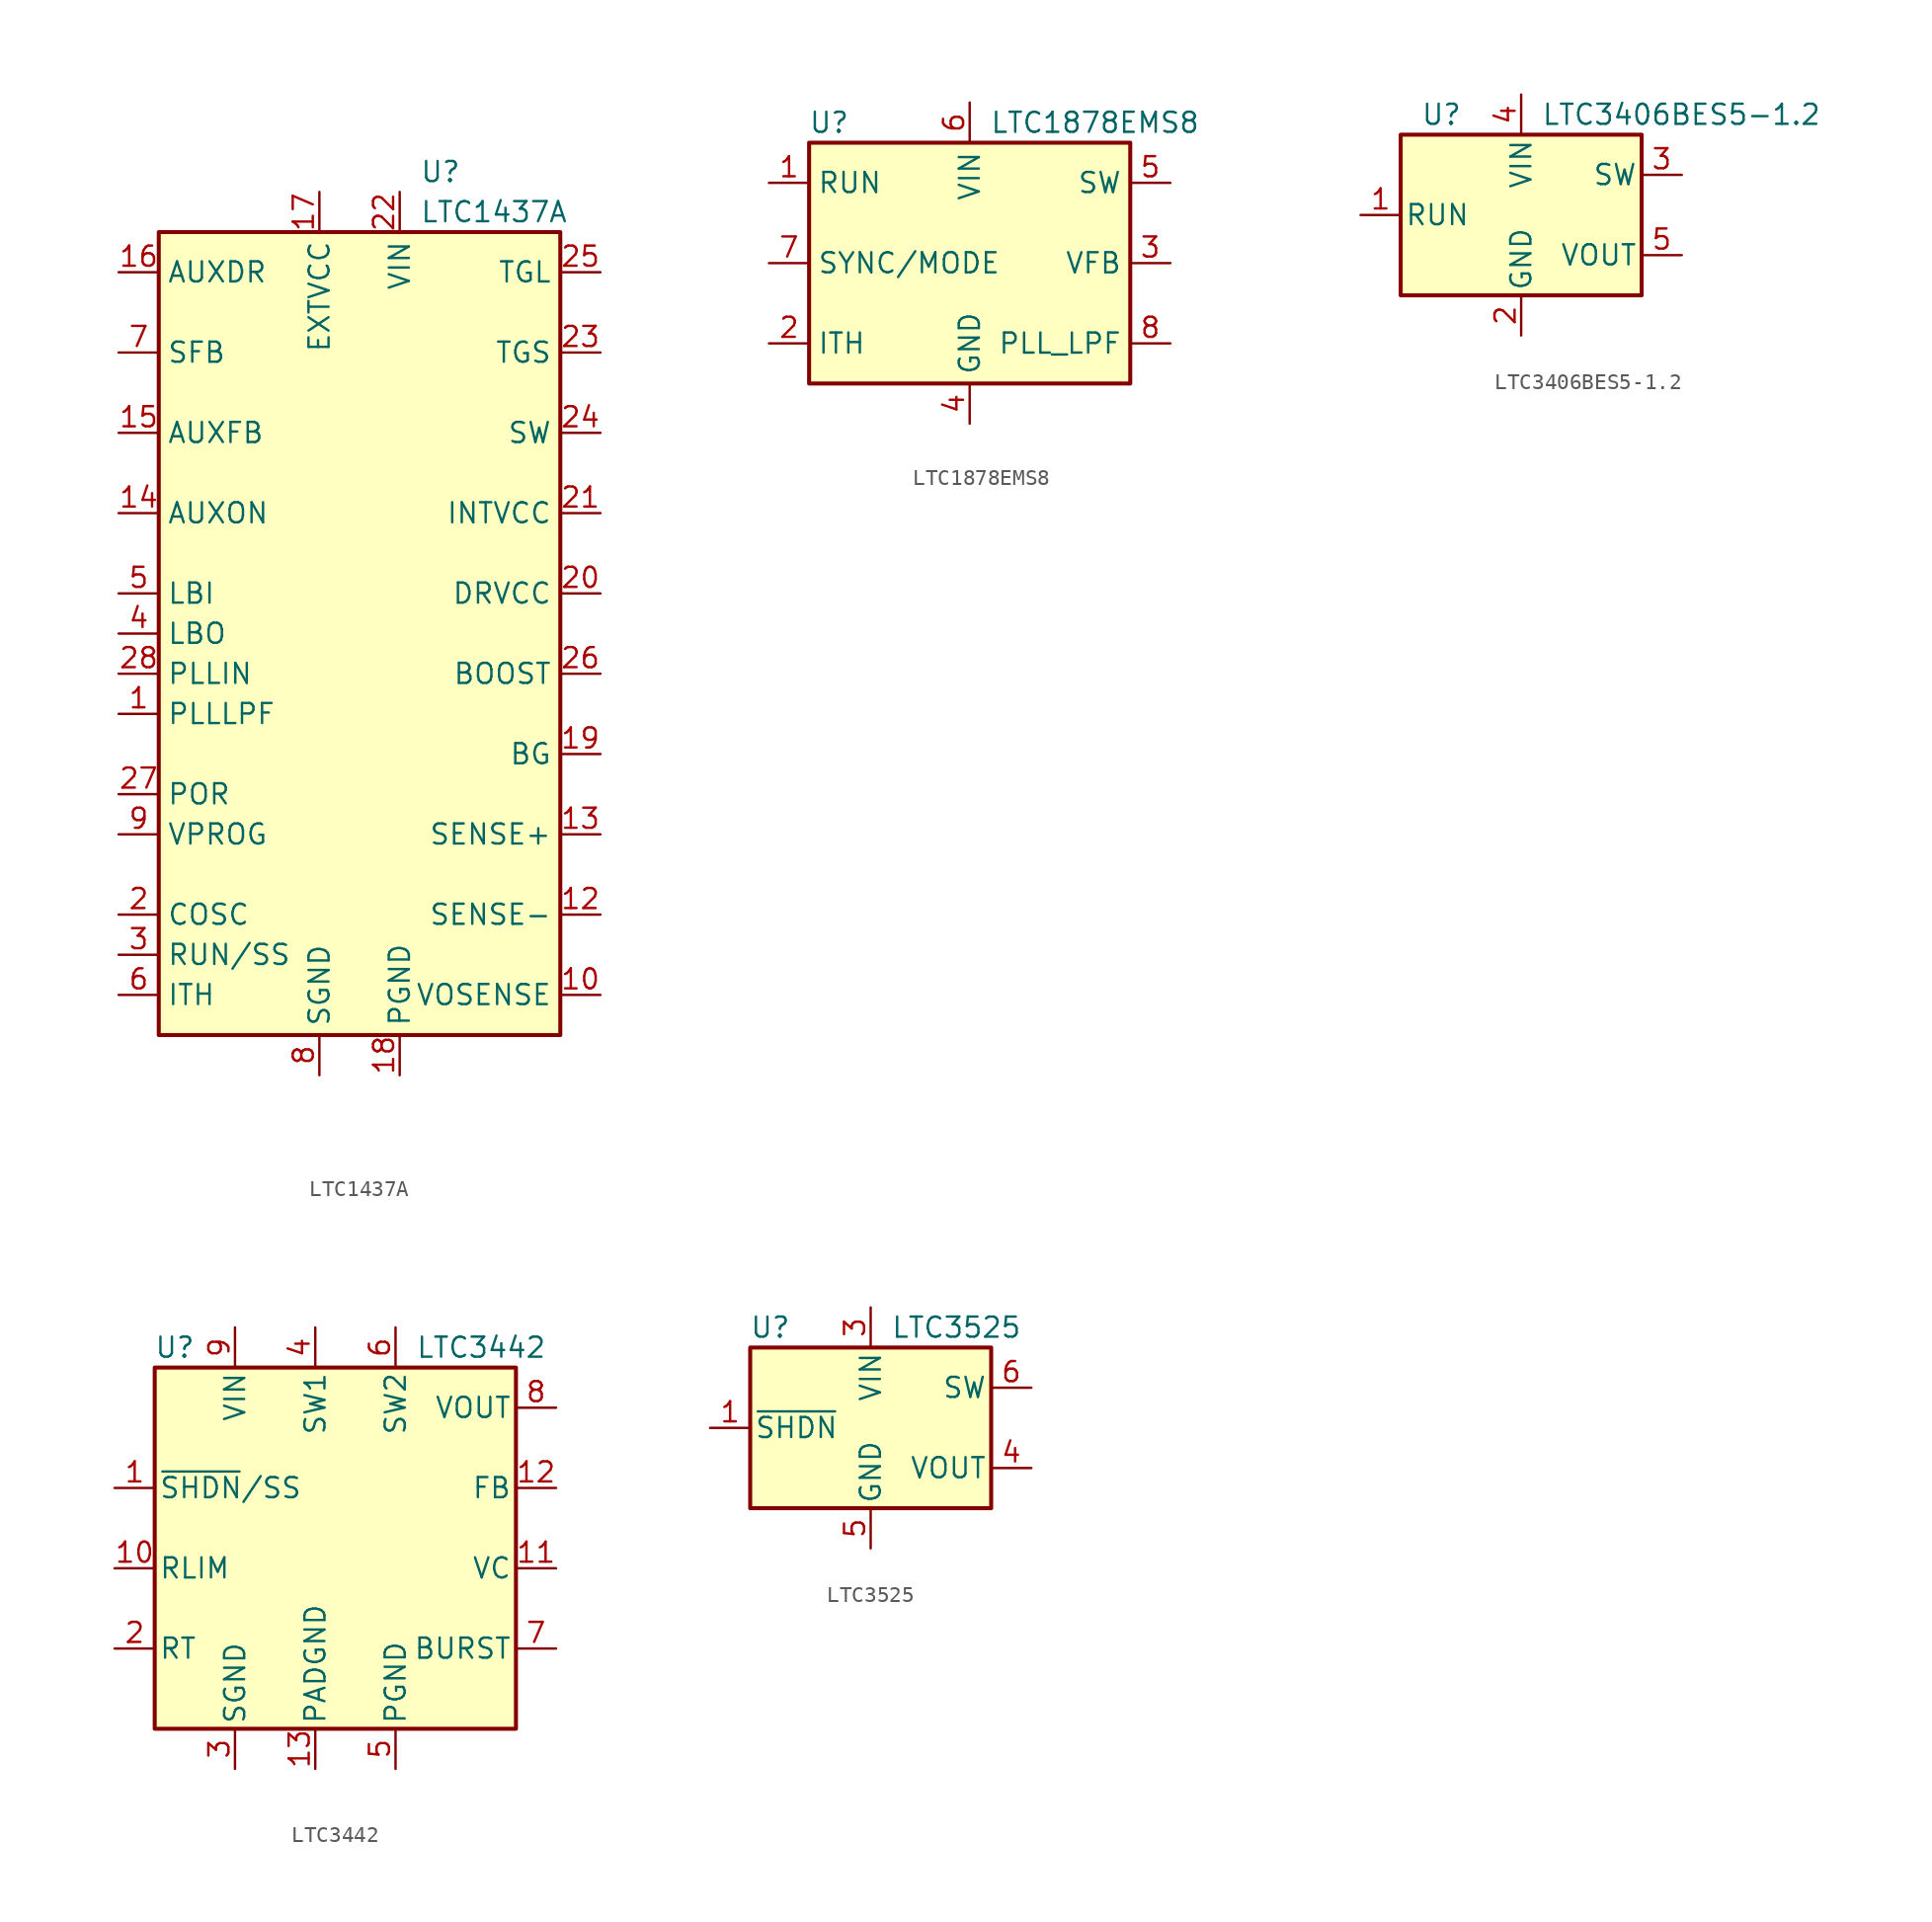
<source format=kicad_sym>
(kicad_symbol_lib
  (version 20201005)
  (generator kicad_symbol_editor)
  (symbol "LTC1437A"
    (property "Reference" "U"
      (at 3.81 29.21 0)
      (effects (font (size 1.27 1.27)) (justify left)))
    (property "Value" "LTC1437A"
      (at 3.81 26.67 0)
      (effects (font (size 1.27 1.27)) (justify left)))
    (symbol "LTC1437A_0_1"
      (rectangle (start -12.7 -25.4) (end 12.7 25.4) (stroke (width 0.254)) (fill (type background))))
    (symbol "LTC1437A_1_1"
      (pin passive line (at -15.24 -5.08 0) (length 2.54) (name "PLLLPF" (effects (font (size 1.27 1.27)))) (number "1" (effects (font (size 1.27 1.27)))))
      (pin input line (at 15.24 -22.86 180) (length 2.54) (name "VOSENSE" (effects (font (size 1.27 1.27)))) (number "10" (effects (font (size 1.27 1.27)))))
      (pin no_connect line (at 0 25.4 270) (length 2.54) hide (name "NC" (effects (font (size 1.27 1.27)))) (number "11" (effects (font (size 1.27 1.27)))))
      (pin input line (at 15.24 -17.78 180) (length 2.54) (name "SENSE-" (effects (font (size 1.27 1.27)))) (number "12" (effects (font (size 1.27 1.27)))))
      (pin input line (at 15.24 -12.7 180) (length 2.54) (name "SENSE+" (effects (font (size 1.27 1.27)))) (number "13" (effects (font (size 1.27 1.27)))))
      (pin input line (at -15.24 7.62 0) (length 2.54) (name "AUXON" (effects (font (size 1.27 1.27)))) (number "14" (effects (font (size 1.27 1.27)))))
      (pin input line (at -15.24 12.7 0) (length 2.54) (name "AUXFB" (effects (font (size 1.27 1.27)))) (number "15" (effects (font (size 1.27 1.27)))))
      (pin open_collector line (at -15.24 22.86 0) (length 2.54) (name "AUXDR" (effects (font (size 1.27 1.27)))) (number "16" (effects (font (size 1.27 1.27)))))
      (pin power_in line (at -2.54 27.94 270) (length 2.54) (name "EXTVCC" (effects (font (size 1.27 1.27)))) (number "17" (effects (font (size 1.27 1.27)))))
      (pin power_in line (at 2.54 -27.94 90) (length 2.54) (name "PGND" (effects (font (size 1.27 1.27)))) (number "18" (effects (font (size 1.27 1.27)))))
      (pin output line (at 15.24 -7.62 180) (length 2.54) (name "BG" (effects (font (size 1.27 1.27)))) (number "19" (effects (font (size 1.27 1.27)))))
      (pin passive line (at -15.24 -17.78 0) (length 2.54) (name "COSC" (effects (font (size 1.27 1.27)))) (number "2" (effects (font (size 1.27 1.27)))))
      (pin power_in line (at 15.24 2.54 180) (length 2.54) (name "DRVCC" (effects (font (size 1.27 1.27)))) (number "20" (effects (font (size 1.27 1.27)))))
      (pin power_in line (at 15.24 7.62 180) (length 2.54) (name "INTVCC" (effects (font (size 1.27 1.27)))) (number "21" (effects (font (size 1.27 1.27)))))
      (pin power_in line (at 2.54 27.94 270) (length 2.54) (name "VIN" (effects (font (size 1.27 1.27)))) (number "22" (effects (font (size 1.27 1.27)))))
      (pin output line (at 15.24 17.78 180) (length 2.54) (name "TGS" (effects (font (size 1.27 1.27)))) (number "23" (effects (font (size 1.27 1.27)))))
      (pin passive line (at 15.24 12.7 180) (length 2.54) (name "SW" (effects (font (size 1.27 1.27)))) (number "24" (effects (font (size 1.27 1.27)))))
      (pin output line (at 15.24 22.86 180) (length 2.54) (name "TGL" (effects (font (size 1.27 1.27)))) (number "25" (effects (font (size 1.27 1.27)))))
      (pin passive line (at 15.24 -2.54 180) (length 2.54) (name "BOOST" (effects (font (size 1.27 1.27)))) (number "26" (effects (font (size 1.27 1.27)))))
      (pin open_collector line (at -15.24 -10.16 0) (length 2.54) (name "POR" (effects (font (size 1.27 1.27)))) (number "27" (effects (font (size 1.27 1.27)))))
      (pin input line (at -15.24 -2.54 0) (length 2.54) (name "PLLIN" (effects (font (size 1.27 1.27)))) (number "28" (effects (font (size 1.27 1.27)))))
      (pin passive line (at -15.24 -20.32 0) (length 2.54) (name "RUN/SS" (effects (font (size 1.27 1.27)))) (number "3" (effects (font (size 1.27 1.27)))))
      (pin open_collector line (at -15.24 0 0) (length 2.54) (name "LBO" (effects (font (size 1.27 1.27)))) (number "4" (effects (font (size 1.27 1.27)))))
      (pin input line (at -15.24 2.54 0) (length 2.54) (name "LBI" (effects (font (size 1.27 1.27)))) (number "5" (effects (font (size 1.27 1.27)))))
      (pin passive line (at -15.24 -22.86 0) (length 2.54) (name "ITH" (effects (font (size 1.27 1.27)))) (number "6" (effects (font (size 1.27 1.27)))))
      (pin passive line (at -15.24 17.78 0) (length 2.54) (name "SFB" (effects (font (size 1.27 1.27)))) (number "7" (effects (font (size 1.27 1.27)))))
      (pin power_in line (at -2.54 -27.94 90) (length 2.54) (name "SGND" (effects (font (size 1.27 1.27)))) (number "8" (effects (font (size 1.27 1.27)))))
      (pin input line (at -15.24 -12.7 0) (length 2.54) (name "VPROG" (effects (font (size 1.27 1.27)))) (number "9" (effects (font (size 1.27 1.27)))))))
  (symbol "LTC1878EMS8"
    (property "Reference" "U"
      (at -8.89 8.89 0)
      (effects (font (size 1.27 1.27))))
    (property "Value" "LTC1878EMS8"
      (at 1.27 8.89 0)
      (effects (font (size 1.27 1.27)) (justify left)))
    (symbol "LTC1878EMS8_0_1"
      (rectangle (start -10.16 7.62) (end 10.16 -7.62) (stroke (width 0.254)) (fill (type background))))
    (symbol "LTC1878EMS8_1_1"
      (pin input line (at -12.7 5.08 0) (length 2.54) (name "RUN" (effects (font (size 1.27 1.27)))) (number "1" (effects (font (size 1.27 1.27)))))
      (pin input line (at -12.7 -5.08 0) (length 2.54) (name "ITH" (effects (font (size 1.27 1.27)))) (number "2" (effects (font (size 1.27 1.27)))))
      (pin input line (at 12.7 0 180) (length 2.54) (name "VFB" (effects (font (size 1.27 1.27)))) (number "3" (effects (font (size 1.27 1.27)))))
      (pin power_in line (at 0 -10.16 90) (length 2.54) (name "GND" (effects (font (size 1.27 1.27)))) (number "4" (effects (font (size 1.27 1.27)))))
      (pin output line (at 12.7 5.08 180) (length 2.54) (name "SW" (effects (font (size 1.27 1.27)))) (number "5" (effects (font (size 1.27 1.27)))))
      (pin power_in line (at 0 10.16 270) (length 2.54) (name "VIN" (effects (font (size 1.27 1.27)))) (number "6" (effects (font (size 1.27 1.27)))))
      (pin input line (at -12.7 0 0) (length 2.54) (name "SYNC/MODE" (effects (font (size 1.27 1.27)))) (number "7" (effects (font (size 1.27 1.27)))))
      (pin bidirectional line (at 12.7 -5.08 180) (length 2.54) (name "PLL_LPF" (effects (font (size 1.27 1.27)))) (number "8" (effects (font (size 1.27 1.27)))))))
  (symbol "LTC3406BES5-1.2"
    (pin_names
      (offset 0.254))
    (property "Reference" "U"
      (at -6.35 6.35 0)
      (effects (font (size 1.27 1.27)) (justify left)))
    (property "Value" "LTC3406BES5-1.2"
      (at 1.27 6.35 0)
      (effects (font (size 1.27 1.27)) (justify left)))
    (symbol "LTC3406BES5-1.2_0_1"
      (rectangle (start -7.62 5.08) (end 7.62 -5.08) (stroke (width 0.254)) (fill (type background))))
    (symbol "LTC3406BES5-1.2_1_1"
      (pin input line (at -10.16 0 0) (length 2.54) (name "RUN" (effects (font (size 1.27 1.27)))) (number "1" (effects (font (size 1.27 1.27)))))
      (pin power_in line (at 0 -7.62 90) (length 2.54) (name "GND" (effects (font (size 1.27 1.27)))) (number "2" (effects (font (size 1.27 1.27)))))
      (pin output line (at 10.16 2.54 180) (length 2.54) (name "SW" (effects (font (size 1.27 1.27)))) (number "3" (effects (font (size 1.27 1.27)))))
      (pin power_in line (at 0 7.62 270) (length 2.54) (name "VIN" (effects (font (size 1.27 1.27)))) (number "4" (effects (font (size 1.27 1.27)))))
      (pin power_out line (at 10.16 -2.54 180) (length 2.54) (name "VOUT" (effects (font (size 1.27 1.27)))) (number "5" (effects (font (size 1.27 1.27)))))))
  (symbol "LTC3442"
    (pin_names
      (offset 0.254))
    (property "Reference" "U"
      (at -11.43 11.43 0)
      (effects (font (size 1.27 1.27))))
    (property "Value" "LTC3442"
      (at 3.81 11.43 0)
      (effects (font (size 1.27 1.27)) (justify left)))
    (symbol "LTC3442_0_1"
      (rectangle (start -12.7 10.16) (end 10.16 -12.7) (stroke (width 0.254)) (fill (type background))))
    (symbol "LTC3442_1_1"
      (pin input line (at -15.24 2.54 0) (length 2.54) (name "~SHDN~/SS" (effects (font (size 1.27 1.27)))) (number "1" (effects (font (size 1.27 1.27)))))
      (pin input line (at -15.24 -2.54 0) (length 2.54) (name "RLIM" (effects (font (size 1.27 1.27)))) (number "10" (effects (font (size 1.27 1.27)))))
      (pin input line (at 12.7 -2.54 180) (length 2.54) (name "VC" (effects (font (size 1.27 1.27)))) (number "11" (effects (font (size 1.27 1.27)))))
      (pin input line (at 12.7 2.54 180) (length 2.54) (name "FB" (effects (font (size 1.27 1.27)))) (number "12" (effects (font (size 1.27 1.27)))))
      (pin power_in line (at -2.54 -15.24 90) (length 2.54) (name "PADGND" (effects (font (size 1.27 1.27)))) (number "13" (effects (font (size 1.27 1.27)))))
      (pin input line (at -15.24 -7.62 0) (length 2.54) (name "RT" (effects (font (size 1.27 1.27)))) (number "2" (effects (font (size 1.27 1.27)))))
      (pin power_in line (at -7.62 -15.24 90) (length 2.54) (name "SGND" (effects (font (size 1.27 1.27)))) (number "3" (effects (font (size 1.27 1.27)))))
      (pin bidirectional line (at -2.54 12.7 270) (length 2.54) (name "SW1" (effects (font (size 1.27 1.27)))) (number "4" (effects (font (size 1.27 1.27)))))
      (pin power_in line (at 2.54 -15.24 90) (length 2.54) (name "PGND" (effects (font (size 1.27 1.27)))) (number "5" (effects (font (size 1.27 1.27)))))
      (pin bidirectional line (at 2.54 12.7 270) (length 2.54) (name "SW2" (effects (font (size 1.27 1.27)))) (number "6" (effects (font (size 1.27 1.27)))))
      (pin input line (at 12.7 -7.62 180) (length 2.54) (name "BURST" (effects (font (size 1.27 1.27)))) (number "7" (effects (font (size 1.27 1.27)))))
      (pin power_out line (at 12.7 7.62 180) (length 2.54) (name "VOUT" (effects (font (size 1.27 1.27)))) (number "8" (effects (font (size 1.27 1.27)))))
      (pin power_in line (at -7.62 12.7 270) (length 2.54) (name "VIN" (effects (font (size 1.27 1.27)))) (number "9" (effects (font (size 1.27 1.27)))))))
  (symbol "LTC3525"
    (pin_names
      (offset 0.254))
    (property "Reference" "U"
      (at -6.35 6.35 0)
      (effects (font (size 1.27 1.27))))
    (property "Value" "LTC3525"
      (at 1.27 6.35 0)
      (effects (font (size 1.27 1.27)) (justify left)))
    (symbol "LTC3525_0_1"
      (rectangle (start -7.62 5.08) (end 7.62 -5.08) (stroke (width 0.254)) (fill (type background))))
    (symbol "LTC3525_1_1"
      (pin input line (at -10.16 0 0) (length 2.54) (name "~SHDN" (effects (font (size 1.27 1.27)))) (number "1" (effects (font (size 1.27 1.27)))))
      (pin passive line (at 0 -7.62 90) (length 2.54) hide (name "GND" (effects (font (size 1.27 1.27)))) (number "2" (effects (font (size 1.27 1.27)))))
      (pin power_in line (at 0 7.62 270) (length 2.54) (name "VIN" (effects (font (size 1.27 1.27)))) (number "3" (effects (font (size 1.27 1.27)))))
      (pin power_out line (at 10.16 -2.54 180) (length 2.54) (name "VOUT" (effects (font (size 1.27 1.27)))) (number "4" (effects (font (size 1.27 1.27)))))
      (pin power_in line (at 0 -7.62 90) (length 2.54) (name "GND" (effects (font (size 1.27 1.27)))) (number "5" (effects (font (size 1.27 1.27)))))
      (pin input line (at 10.16 2.54 180) (length 2.54) (name "SW" (effects (font (size 1.27 1.27)))) (number "6" (effects (font (size 1.27 1.27))))))))
</source>
